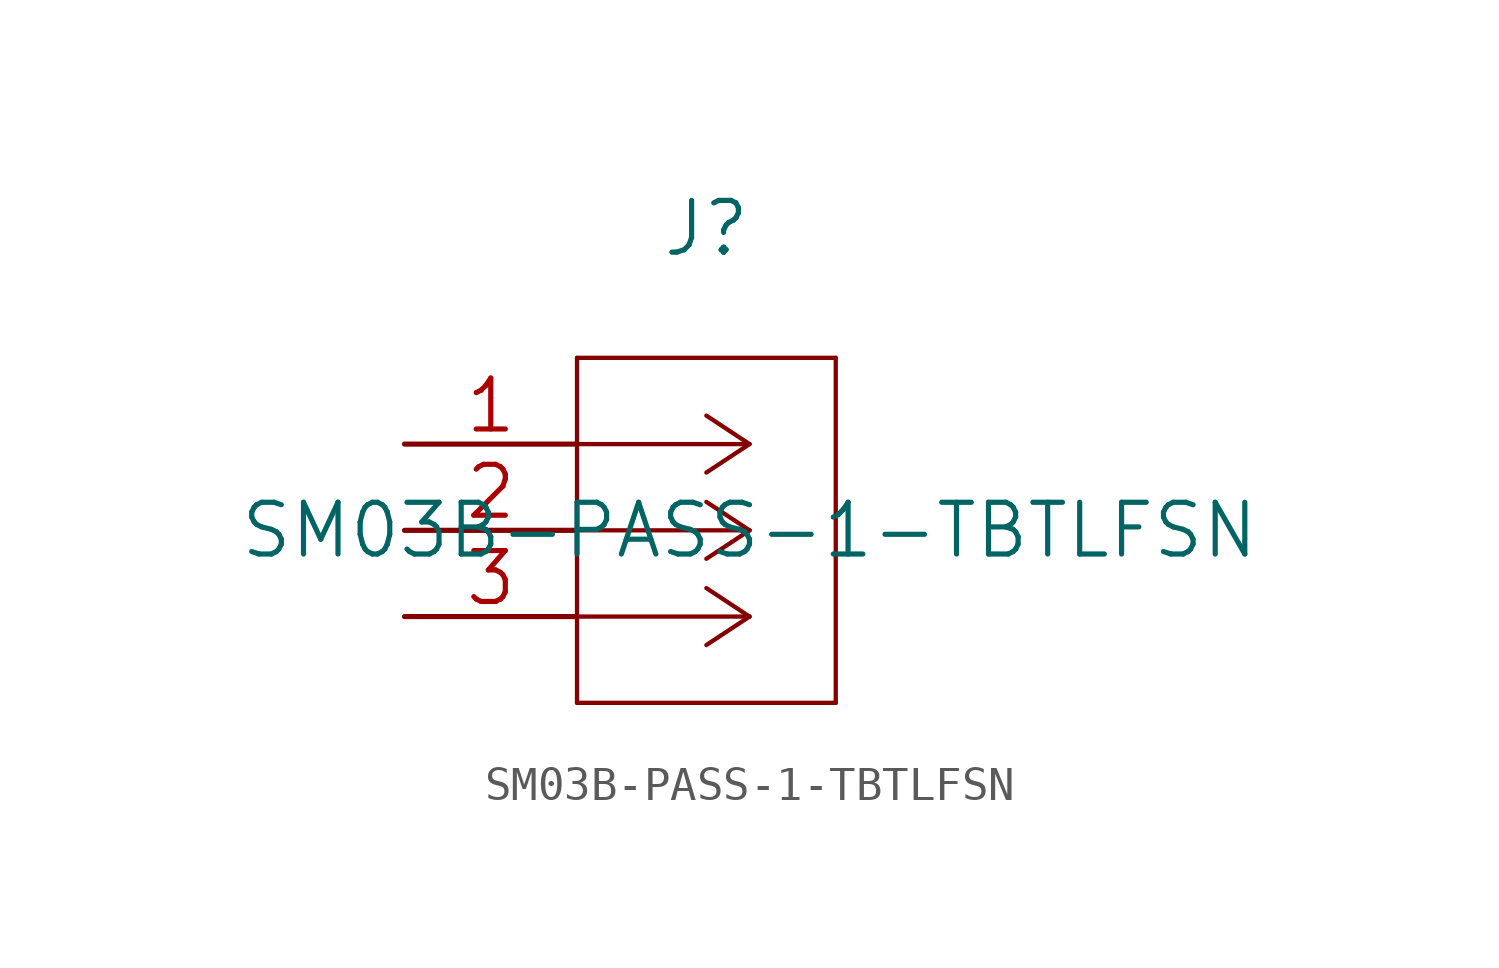
<source format=kicad_sym>
(kicad_symbol_lib
  (version 20211014)
  (generator kicad_symbol_editor)
  (symbol "SM03B-PASS-1-TBTLFSN"
    (pin_names
      (offset 0.254) hide)
    (property "Reference" "J"
      (at 8.89 6.35 0)
      (effects (font (size 1.524 1.524))))
    (property "Value" "SM03B-PASS-1-TBTLFSN"
      (at 10.16 -2.54 0)
      (effects (font (size 1.524 1.524))))
    (property "Datasheet" ""
      (at 0 0 0)
      (effects (font (size 1.524 1.524))))
    (property "ki_locked" ""
      (at 0 0 0)
      (effects (font (size 1.27 1.27))))
    (symbol "SM03B-PASS-1-TBTLFSN_1_1"
      (polyline (pts (xy 5.08 -7.62) (xy 12.7 -7.62)) (stroke (width 0.127) (type default) (color 0 0 0 0)) (fill (type none)))
      (polyline (pts (xy 5.08 2.54) (xy 5.08 -7.62)) (stroke (width 0.127) (type default) (color 0 0 0 0)) (fill (type none)))
      (polyline (pts (xy 10.16 -5.08) (xy 5.08 -5.08)) (stroke (width 0.127) (type default) (color 0 0 0 0)) (fill (type none)))
      (polyline (pts (xy 10.16 -5.08) (xy 8.89 -5.918)) (stroke (width 0.127) (type default) (color 0 0 0 0)) (fill (type none)))
      (polyline (pts (xy 10.16 -5.08) (xy 8.89 -4.242)) (stroke (width 0.127) (type default) (color 0 0 0 0)) (fill (type none)))
      (polyline (pts (xy 10.16 -2.54) (xy 5.08 -2.54)) (stroke (width 0.127) (type default) (color 0 0 0 0)) (fill (type none)))
      (polyline (pts (xy 10.16 -2.54) (xy 8.89 -3.378)) (stroke (width 0.127) (type default) (color 0 0 0 0)) (fill (type none)))
      (polyline (pts (xy 10.16 -2.54) (xy 8.89 -1.702)) (stroke (width 0.127) (type default) (color 0 0 0 0)) (fill (type none)))
      (polyline (pts (xy 10.16 0) (xy 5.08 0)) (stroke (width 0.127) (type default) (color 0 0 0 0)) (fill (type none)))
      (polyline (pts (xy 10.16 0) (xy 8.89 -0.838)) (stroke (width 0.127) (type default) (color 0 0 0 0)) (fill (type none)))
      (polyline (pts (xy 10.16 0) (xy 8.89 0.838)) (stroke (width 0.127) (type default) (color 0 0 0 0)) (fill (type none)))
      (polyline (pts (xy 12.7 -7.62) (xy 12.7 2.54)) (stroke (width 0.127) (type default) (color 0 0 0 0)) (fill (type none)))
      (polyline (pts (xy 12.7 2.54) (xy 5.08 2.54)) (stroke (width 0.127) (type default) (color 0 0 0 0)) (fill (type none)))
      (pin unspecified line (at 0 0 0) (length 5.08) (name "1" (effects (font (size 1.499 1.499)))) (number "1" (effects (font (size 1.499 1.499)))))
      (pin unspecified line (at 0 -2.54 0) (length 5.08) (name "2" (effects (font (size 1.499 1.499)))) (number "2" (effects (font (size 1.499 1.499)))))
      (pin unspecified line (at 0 -5.08 0) (length 5.08) (name "3" (effects (font (size 1.499 1.499)))) (number "3" (effects (font (size 1.499 1.499))))))))
</source>
